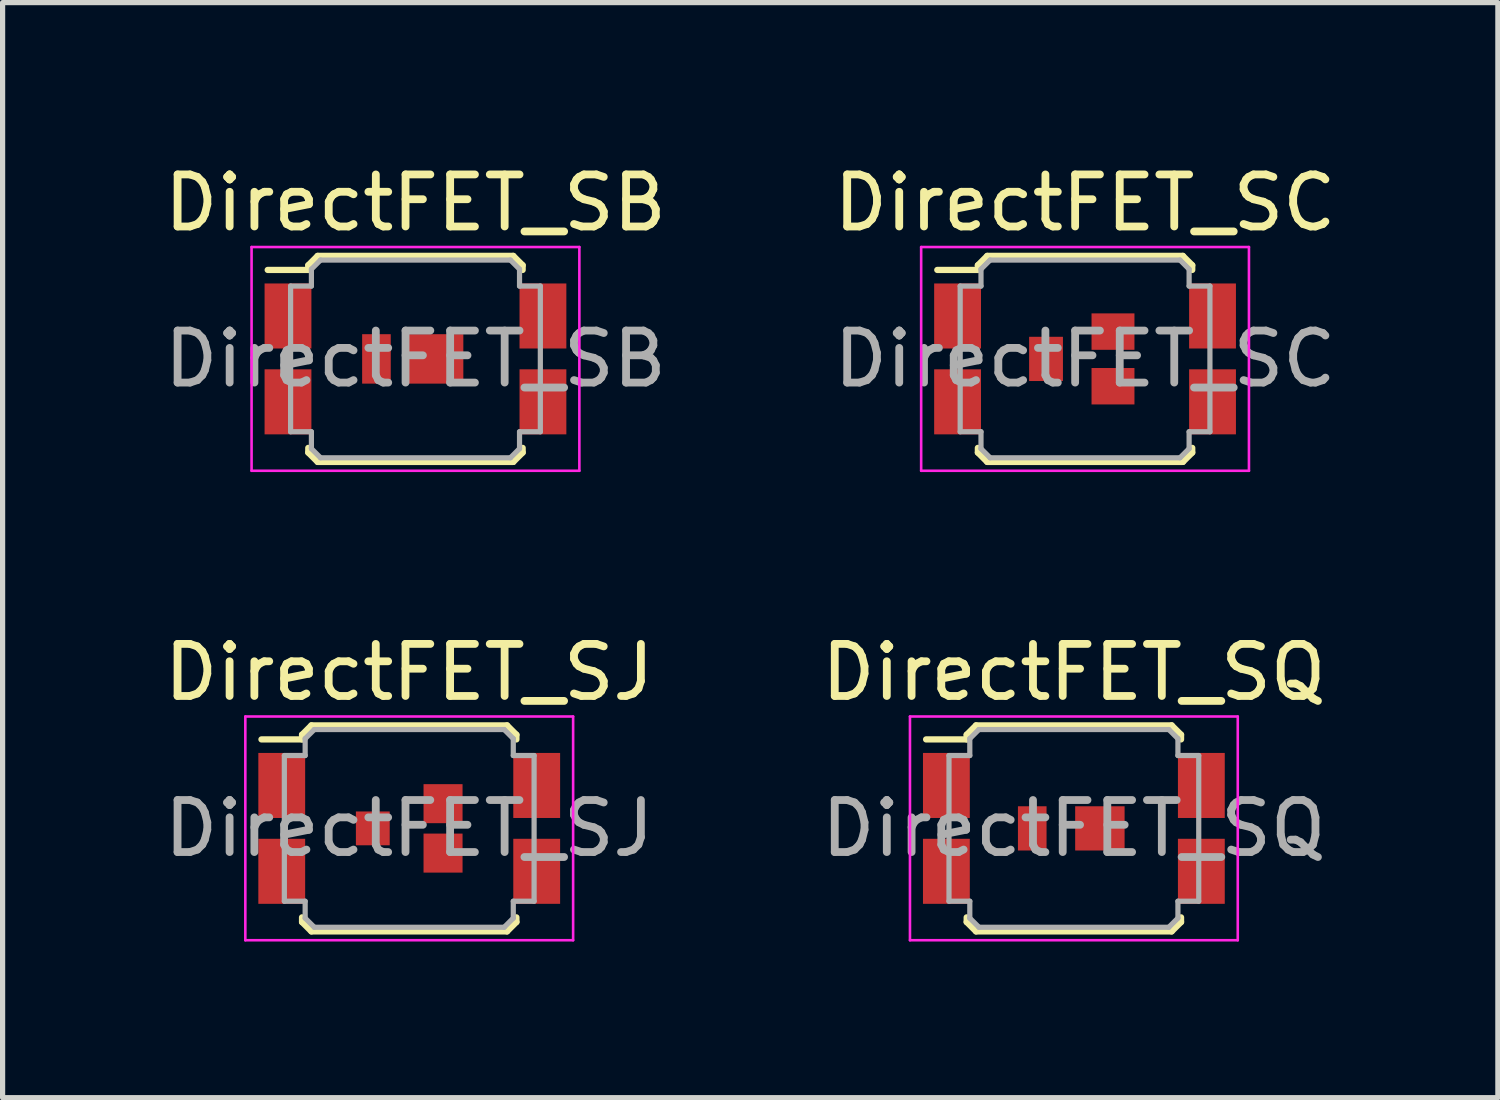
<source format=kicad_pcb>
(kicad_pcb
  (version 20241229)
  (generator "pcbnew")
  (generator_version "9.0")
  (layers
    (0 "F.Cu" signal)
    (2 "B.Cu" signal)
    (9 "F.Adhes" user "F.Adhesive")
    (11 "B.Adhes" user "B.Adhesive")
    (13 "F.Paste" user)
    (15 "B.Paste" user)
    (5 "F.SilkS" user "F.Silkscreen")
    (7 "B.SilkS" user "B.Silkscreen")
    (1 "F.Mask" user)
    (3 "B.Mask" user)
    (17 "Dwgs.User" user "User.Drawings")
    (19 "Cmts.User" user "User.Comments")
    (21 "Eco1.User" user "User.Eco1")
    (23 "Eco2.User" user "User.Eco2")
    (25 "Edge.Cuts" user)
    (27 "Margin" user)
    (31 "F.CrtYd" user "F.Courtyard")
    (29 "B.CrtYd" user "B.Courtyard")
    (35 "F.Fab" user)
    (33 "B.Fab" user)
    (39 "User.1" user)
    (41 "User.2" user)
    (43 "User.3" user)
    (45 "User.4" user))
  (footprint "DirectFET_SJ"
    (layer "F.Cu")
    (at 4.815 12.871)
    (property "Reference" "DirectFET_SJ" (at 0 -3 0) (layer "F.SilkS") (effects (font (size 1 1) (thickness 0.15))))
    (attr smd)
    (fp_line (start -2.84 -1.71) (end -2.06 -1.71) (stroke (width 0.12) (type solid)) (layer "F.SilkS"))
    (fp_line (start -2.06 -1.8) (end -1.88 -1.98) (stroke (width 0.12) (type solid)) (layer "F.SilkS"))
    (fp_line (start -2.06 -1.71) (end -2.06 -1.8) (stroke (width 0.12) (type solid)) (layer "F.SilkS"))
    (fp_line (start -2.06 1.71) (end -2.06 1.8) (stroke (width 0.12) (type solid)) (layer "F.SilkS"))
    (fp_line (start -2.06 1.8) (end -1.88 1.98) (stroke (width 0.12) (type solid)) (layer "F.SilkS"))
    (fp_line (start -1.88 -1.98) (end 1.88 -1.98) (stroke (width 0.12) (type solid)) (layer "F.SilkS"))
    (fp_line (start -1.88 1.98) (end 1.88 1.98) (stroke (width 0.12) (type solid)) (layer "F.SilkS"))
    (fp_line (start 2.06 -1.8) (end 1.88 -1.98) (stroke (width 0.12) (type solid)) (layer "F.SilkS"))
    (fp_line (start 2.06 -1.71) (end 2.06 -1.8) (stroke (width 0.12) (type solid)) (layer "F.SilkS"))
    (fp_line (start 2.06 1.71) (end 2.06 1.8) (stroke (width 0.12) (type solid)) (layer "F.SilkS"))
    (fp_line (start 2.06 1.8) (end 1.88 1.98) (stroke (width 0.12) (type solid)) (layer "F.SilkS"))
    (fp_line (start -3.15 -2.15) (end -3.15 2.15) (stroke (width 0.05) (type solid)) (layer "F.CrtYd"))
    (fp_line (start -3.15 -2.15) (end 3.15 -2.15) (stroke (width 0.05) (type solid)) (layer "F.CrtYd"))
    (fp_line (start -3.15 2.15) (end 3.15 2.15) (stroke (width 0.05) (type solid)) (layer "F.CrtYd"))
    (fp_line (start 3.15 -2.15) (end 3.15 2.15) (stroke (width 0.05) (type solid)) (layer "F.CrtYd"))
    (fp_line (start -2.4 -1.4) (end -2 -1.4) (stroke (width 0.1) (type solid)) (layer "F.Fab"))
    (fp_line (start -2.4 1.4) (end -2.4 -1.4) (stroke (width 0.1) (type solid)) (layer "F.Fab"))
    (fp_line (start -2.4 1.4) (end -2 1.4) (stroke (width 0.1) (type solid)) (layer "F.Fab"))
    (fp_line (start -2 -1.725) (end -1.825 -1.9) (stroke (width 0.1) (type solid)) (layer "F.Fab"))
    (fp_line (start -2 -1.4) (end -2 -1.725) (stroke (width 0.1) (type solid)) (layer "F.Fab"))
    (fp_line (start -2 1.4) (end -2 1.725) (stroke (width 0.1) (type solid)) (layer "F.Fab"))
    (fp_line (start -2 1.725) (end -1.825 1.9) (stroke (width 0.1) (type solid)) (layer "F.Fab"))
    (fp_line (start -1.825 -1.9) (end 1.825 -1.9) (stroke (width 0.1) (type solid)) (layer "F.Fab"))
    (fp_line (start -1.825 1.9) (end 1.825 1.9) (stroke (width 0.1) (type solid)) (layer "F.Fab"))
    (fp_line (start 1.825 -1.9) (end 2 -1.725) (stroke (width 0.1) (type solid)) (layer "F.Fab"))
    (fp_line (start 1.825 1.9) (end 2 1.725) (stroke (width 0.1) (type solid)) (layer "F.Fab"))
    (fp_line (start 2 -1.4) (end 2 -1.725) (stroke (width 0.1) (type solid)) (layer "F.Fab"))
    (fp_line (start 2 1.4) (end 2 1.725) (stroke (width 0.1) (type solid)) (layer "F.Fab"))
    (fp_line (start 2.4 -1.4) (end 2 -1.4) (stroke (width 0.1) (type solid)) (layer "F.Fab"))
    (fp_line (start 2.4 1.4) (end 2 1.4) (stroke (width 0.1) (type solid)) (layer "F.Fab"))
    (fp_line (start 2.4 1.4) (end 2.4 -1.4) (stroke (width 0.1) (type solid)) (layer "F.Fab"))
    (fp_text user "${REFERENCE}" (at 0 0 0) (layer "F.Fab") (effects (font (size 1 1) (thickness 0.15))))
    (pad "1" smd rect (at -2.45 -0.825) (size 0.9 1.25) (layers "F.Cu" "F.Mask" "F.Paste"))
    (pad "1" smd rect (at -2.45 0.825) (size 0.9 1.25) (layers "F.Cu" "F.Mask" "F.Paste"))
    (pad "1" smd rect (at 2.45 -0.825) (size 0.9 1.25) (layers "F.Cu" "F.Mask" "F.Paste"))
    (pad "1" smd rect (at 2.45 0.825) (size 0.9 1.25) (layers "F.Cu" "F.Mask" "F.Paste"))
    (pad "2" smd rect (at -0.7 0) (size 0.65 0.65) (layers "F.Cu" "F.Mask" "F.Paste"))
    (pad "3" smd rect (at 0.65 -0.475) (size 0.75 0.75) (layers "F.Cu" "F.Mask" "F.Paste"))
    (pad "3" smd rect (at 0.65 0.475) (size 0.75 0.75) (layers "F.Cu" "F.Mask" "F.Paste")))
  (footprint "DirectFET_SB"
    (layer "F.Cu")
    (at 4.935 3.848)
    (property "Reference" "DirectFET_SB" (at 0 -3 0) (layer "F.SilkS") (effects (font (size 1 1) (thickness 0.15))))
    (attr smd)
    (fp_line (start -2.84 -1.71) (end -2.06 -1.71) (stroke (width 0.12) (type solid)) (layer "F.SilkS"))
    (fp_line (start -2.06 -1.8) (end -1.88 -1.98) (stroke (width 0.12) (type solid)) (layer "F.SilkS"))
    (fp_line (start -2.06 -1.71) (end -2.06 -1.8) (stroke (width 0.12) (type solid)) (layer "F.SilkS"))
    (fp_line (start -2.06 1.71) (end -2.06 1.8) (stroke (width 0.12) (type solid)) (layer "F.SilkS"))
    (fp_line (start -2.06 1.8) (end -1.88 1.98) (stroke (width 0.12) (type solid)) (layer "F.SilkS"))
    (fp_line (start -1.88 -1.98) (end 1.88 -1.98) (stroke (width 0.12) (type solid)) (layer "F.SilkS"))
    (fp_line (start -1.88 1.98) (end 1.88 1.98) (stroke (width 0.12) (type solid)) (layer "F.SilkS"))
    (fp_line (start 2.06 -1.8) (end 1.88 -1.98) (stroke (width 0.12) (type solid)) (layer "F.SilkS"))
    (fp_line (start 2.06 -1.71) (end 2.06 -1.8) (stroke (width 0.12) (type solid)) (layer "F.SilkS"))
    (fp_line (start 2.06 1.71) (end 2.06 1.8) (stroke (width 0.12) (type solid)) (layer "F.SilkS"))
    (fp_line (start 2.06 1.8) (end 1.88 1.98) (stroke (width 0.12) (type solid)) (layer "F.SilkS"))
    (fp_line (start -3.15 -2.15) (end -3.15 2.15) (stroke (width 0.05) (type solid)) (layer "F.CrtYd"))
    (fp_line (start -3.15 -2.15) (end 3.15 -2.15) (stroke (width 0.05) (type solid)) (layer "F.CrtYd"))
    (fp_line (start -3.15 2.15) (end 3.15 2.15) (stroke (width 0.05) (type solid)) (layer "F.CrtYd"))
    (fp_line (start 3.15 -2.15) (end 3.15 2.15) (stroke (width 0.05) (type solid)) (layer "F.CrtYd"))
    (fp_line (start -2.4 -1.4) (end -2 -1.4) (stroke (width 0.1) (type solid)) (layer "F.Fab"))
    (fp_line (start -2.4 1.4) (end -2.4 -1.4) (stroke (width 0.1) (type solid)) (layer "F.Fab"))
    (fp_line (start -2.4 1.4) (end -2 1.4) (stroke (width 0.1) (type solid)) (layer "F.Fab"))
    (fp_line (start -2 -1.725) (end -1.825 -1.9) (stroke (width 0.1) (type solid)) (layer "F.Fab"))
    (fp_line (start -2 -1.4) (end -2 -1.725) (stroke (width 0.1) (type solid)) (layer "F.Fab"))
    (fp_line (start -2 1.4) (end -2 1.725) (stroke (width 0.1) (type solid)) (layer "F.Fab"))
    (fp_line (start -2 1.725) (end -1.825 1.9) (stroke (width 0.1) (type solid)) (layer "F.Fab"))
    (fp_line (start -1.825 -1.9) (end 1.825 -1.9) (stroke (width 0.1) (type solid)) (layer "F.Fab"))
    (fp_line (start -1.825 1.9) (end 1.825 1.9) (stroke (width 0.1) (type solid)) (layer "F.Fab"))
    (fp_line (start 1.825 -1.9) (end 2 -1.725) (stroke (width 0.1) (type solid)) (layer "F.Fab"))
    (fp_line (start 1.825 1.9) (end 2 1.725) (stroke (width 0.1) (type solid)) (layer "F.Fab"))
    (fp_line (start 2 -1.4) (end 2 -1.725) (stroke (width 0.1) (type solid)) (layer "F.Fab"))
    (fp_line (start 2 1.4) (end 2 1.725) (stroke (width 0.1) (type solid)) (layer "F.Fab"))
    (fp_line (start 2.4 -1.4) (end 2 -1.4) (stroke (width 0.1) (type solid)) (layer "F.Fab"))
    (fp_line (start 2.4 1.4) (end 2 1.4) (stroke (width 0.1) (type solid)) (layer "F.Fab"))
    (fp_line (start 2.4 1.4) (end 2.4 -1.4) (stroke (width 0.1) (type solid)) (layer "F.Fab"))
    (fp_text user "${REFERENCE}" (at 0 0 0) (layer "F.Fab") (effects (font (size 1 1) (thickness 0.15))))
    (pad "1" smd rect (at -2.45 -0.825) (size 0.9 1.25) (layers "F.Cu" "F.Mask" "F.Paste"))
    (pad "1" smd rect (at -2.45 0.825) (size 0.9 1.25) (layers "F.Cu" "F.Mask" "F.Paste"))
    (pad "1" smd rect (at 2.45 -0.825) (size 0.9 1.25) (layers "F.Cu" "F.Mask" "F.Paste"))
    (pad "1" smd rect (at 2.45 0.825) (size 0.9 1.25) (layers "F.Cu" "F.Mask" "F.Paste"))
    (pad "2" smd rect (at -0.75 0) (size 0.55 0.95) (layers "F.Cu" "F.Mask" "F.Paste"))
    (pad "3" smd rect (at 0.395 0) (size 1.05 0.95) (layers "F.Cu" "F.Mask" "F.Paste")))
  (footprint "DirectFET_SC"
    (layer "F.Cu")
    (at 17.804 3.848)
    (property "Reference" "DirectFET_SC" (at 0 -3 0) (layer "F.SilkS") (effects (font (size 1 1) (thickness 0.15))))
    (attr smd)
    (fp_line (start -2.84 -1.71) (end -2.06 -1.71) (stroke (width 0.12) (type solid)) (layer "F.SilkS"))
    (fp_line (start -2.06 -1.8) (end -1.88 -1.98) (stroke (width 0.12) (type solid)) (layer "F.SilkS"))
    (fp_line (start -2.06 -1.71) (end -2.06 -1.8) (stroke (width 0.12) (type solid)) (layer "F.SilkS"))
    (fp_line (start -2.06 1.71) (end -2.06 1.8) (stroke (width 0.12) (type solid)) (layer "F.SilkS"))
    (fp_line (start -2.06 1.8) (end -1.88 1.98) (stroke (width 0.12) (type solid)) (layer "F.SilkS"))
    (fp_line (start -1.88 -1.98) (end 1.88 -1.98) (stroke (width 0.12) (type solid)) (layer "F.SilkS"))
    (fp_line (start -1.88 1.98) (end 1.88 1.98) (stroke (width 0.12) (type solid)) (layer "F.SilkS"))
    (fp_line (start 2.06 -1.8) (end 1.88 -1.98) (stroke (width 0.12) (type solid)) (layer "F.SilkS"))
    (fp_line (start 2.06 -1.71) (end 2.06 -1.8) (stroke (width 0.12) (type solid)) (layer "F.SilkS"))
    (fp_line (start 2.06 1.71) (end 2.06 1.8) (stroke (width 0.12) (type solid)) (layer "F.SilkS"))
    (fp_line (start 2.06 1.8) (end 1.88 1.98) (stroke (width 0.12) (type solid)) (layer "F.SilkS"))
    (fp_line (start -3.15 -2.15) (end -3.15 2.15) (stroke (width 0.05) (type solid)) (layer "F.CrtYd"))
    (fp_line (start -3.15 -2.15) (end 3.15 -2.15) (stroke (width 0.05) (type solid)) (layer "F.CrtYd"))
    (fp_line (start -3.15 2.15) (end 3.15 2.15) (stroke (width 0.05) (type solid)) (layer "F.CrtYd"))
    (fp_line (start 3.15 -2.15) (end 3.15 2.15) (stroke (width 0.05) (type solid)) (layer "F.CrtYd"))
    (fp_line (start -2.4 -1.4) (end -2 -1.4) (stroke (width 0.1) (type solid)) (layer "F.Fab"))
    (fp_line (start -2.4 1.4) (end -2.4 -1.4) (stroke (width 0.1) (type solid)) (layer "F.Fab"))
    (fp_line (start -2.4 1.4) (end -2 1.4) (stroke (width 0.1) (type solid)) (layer "F.Fab"))
    (fp_line (start -2 -1.725) (end -1.825 -1.9) (stroke (width 0.1) (type solid)) (layer "F.Fab"))
    (fp_line (start -2 -1.4) (end -2 -1.725) (stroke (width 0.1) (type solid)) (layer "F.Fab"))
    (fp_line (start -2 1.4) (end -2 1.725) (stroke (width 0.1) (type solid)) (layer "F.Fab"))
    (fp_line (start -2 1.725) (end -1.825 1.9) (stroke (width 0.1) (type solid)) (layer "F.Fab"))
    (fp_line (start -1.825 -1.9) (end 1.825 -1.9) (stroke (width 0.1) (type solid)) (layer "F.Fab"))
    (fp_line (start -1.825 1.9) (end 1.825 1.9) (stroke (width 0.1) (type solid)) (layer "F.Fab"))
    (fp_line (start 1.825 -1.9) (end 2 -1.725) (stroke (width 0.1) (type solid)) (layer "F.Fab"))
    (fp_line (start 1.825 1.9) (end 2 1.725) (stroke (width 0.1) (type solid)) (layer "F.Fab"))
    (fp_line (start 2 -1.4) (end 2 -1.725) (stroke (width 0.1) (type solid)) (layer "F.Fab"))
    (fp_line (start 2 1.4) (end 2 1.725) (stroke (width 0.1) (type solid)) (layer "F.Fab"))
    (fp_line (start 2.4 -1.4) (end 2 -1.4) (stroke (width 0.1) (type solid)) (layer "F.Fab"))
    (fp_line (start 2.4 1.4) (end 2 1.4) (stroke (width 0.1) (type solid)) (layer "F.Fab"))
    (fp_line (start 2.4 1.4) (end 2.4 -1.4) (stroke (width 0.1) (type solid)) (layer "F.Fab"))
    (fp_text user "${REFERENCE}" (at 0 0 0) (layer "F.Fab") (effects (font (size 1 1) (thickness 0.15))))
    (pad "1" smd rect (at -2.45 -0.825) (size 0.9 1.25) (layers "F.Cu" "F.Mask" "F.Paste"))
    (pad "1" smd rect (at -2.45 0.825) (size 0.9 1.25) (layers "F.Cu" "F.Mask" "F.Paste"))
    (pad "1" smd rect (at 2.45 -0.825) (size 0.9 1.25) (layers "F.Cu" "F.Mask" "F.Paste"))
    (pad "1" smd rect (at 2.45 0.825) (size 0.9 1.25) (layers "F.Cu" "F.Mask" "F.Paste"))
    (pad "2" smd rect (at -0.75 0) (size 0.65 0.85) (layers "F.Cu" "F.Mask" "F.Paste"))
    (pad "3" smd rect (at 0.537 -0.525) (size 0.825 0.7) (layers "F.Cu" "F.Mask" "F.Paste"))
    (pad "3" smd rect (at 0.537 0.525) (size 0.825 0.7) (layers "F.Cu" "F.Mask" "F.Paste")))
  (footprint "DirectFET_SQ"
    (layer "F.Cu")
    (at 17.589 12.871)
    (property "Reference" "DirectFET_SQ" (at 0 -3 0) (layer "F.SilkS") (effects (font (size 1 1) (thickness 0.15))))
    (attr smd)
    (fp_line (start -2.84 -1.71) (end -2.06 -1.71) (stroke (width 0.12) (type solid)) (layer "F.SilkS"))
    (fp_line (start -2.06 -1.8) (end -1.88 -1.98) (stroke (width 0.12) (type solid)) (layer "F.SilkS"))
    (fp_line (start -2.06 -1.71) (end -2.06 -1.8) (stroke (width 0.12) (type solid)) (layer "F.SilkS"))
    (fp_line (start -2.06 1.71) (end -2.06 1.8) (stroke (width 0.12) (type solid)) (layer "F.SilkS"))
    (fp_line (start -2.06 1.8) (end -1.88 1.98) (stroke (width 0.12) (type solid)) (layer "F.SilkS"))
    (fp_line (start -1.88 -1.98) (end 1.88 -1.98) (stroke (width 0.12) (type solid)) (layer "F.SilkS"))
    (fp_line (start -1.88 1.98) (end 1.88 1.98) (stroke (width 0.12) (type solid)) (layer "F.SilkS"))
    (fp_line (start 2.06 -1.8) (end 1.88 -1.98) (stroke (width 0.12) (type solid)) (layer "F.SilkS"))
    (fp_line (start 2.06 -1.71) (end 2.06 -1.8) (stroke (width 0.12) (type solid)) (layer "F.SilkS"))
    (fp_line (start 2.06 1.71) (end 2.06 1.8) (stroke (width 0.12) (type solid)) (layer "F.SilkS"))
    (fp_line (start 2.06 1.8) (end 1.88 1.98) (stroke (width 0.12) (type solid)) (layer "F.SilkS"))
    (fp_line (start -3.15 -2.15) (end -3.15 2.15) (stroke (width 0.05) (type solid)) (layer "F.CrtYd"))
    (fp_line (start -3.15 -2.15) (end 3.15 -2.15) (stroke (width 0.05) (type solid)) (layer "F.CrtYd"))
    (fp_line (start -3.15 2.15) (end 3.15 2.15) (stroke (width 0.05) (type solid)) (layer "F.CrtYd"))
    (fp_line (start 3.15 -2.15) (end 3.15 2.15) (stroke (width 0.05) (type solid)) (layer "F.CrtYd"))
    (fp_line (start -2.4 -1.4) (end -2 -1.4) (stroke (width 0.1) (type solid)) (layer "F.Fab"))
    (fp_line (start -2.4 1.4) (end -2.4 -1.4) (stroke (width 0.1) (type solid)) (layer "F.Fab"))
    (fp_line (start -2.4 1.4) (end -2 1.4) (stroke (width 0.1) (type solid)) (layer "F.Fab"))
    (fp_line (start -2 -1.725) (end -1.825 -1.9) (stroke (width 0.1) (type solid)) (layer "F.Fab"))
    (fp_line (start -2 -1.4) (end -2 -1.725) (stroke (width 0.1) (type solid)) (layer "F.Fab"))
    (fp_line (start -2 1.4) (end -2 1.725) (stroke (width 0.1) (type solid)) (layer "F.Fab"))
    (fp_line (start -2 1.725) (end -1.825 1.9) (stroke (width 0.1) (type solid)) (layer "F.Fab"))
    (fp_line (start -1.825 -1.9) (end 1.825 -1.9) (stroke (width 0.1) (type solid)) (layer "F.Fab"))
    (fp_line (start -1.825 1.9) (end 1.825 1.9) (stroke (width 0.1) (type solid)) (layer "F.Fab"))
    (fp_line (start 1.825 -1.9) (end 2 -1.725) (stroke (width 0.1) (type solid)) (layer "F.Fab"))
    (fp_line (start 1.825 1.9) (end 2 1.725) (stroke (width 0.1) (type solid)) (layer "F.Fab"))
    (fp_line (start 2 -1.4) (end 2 -1.725) (stroke (width 0.1) (type solid)) (layer "F.Fab"))
    (fp_line (start 2 1.4) (end 2 1.725) (stroke (width 0.1) (type solid)) (layer "F.Fab"))
    (fp_line (start 2.4 -1.4) (end 2 -1.4) (stroke (width 0.1) (type solid)) (layer "F.Fab"))
    (fp_line (start 2.4 1.4) (end 2 1.4) (stroke (width 0.1) (type solid)) (layer "F.Fab"))
    (fp_line (start 2.4 1.4) (end 2.4 -1.4) (stroke (width 0.1) (type solid)) (layer "F.Fab"))
    (fp_text user "${REFERENCE}" (at 0 0 0) (layer "F.Fab") (effects (font (size 1 1) (thickness 0.15))))
    (pad "1" smd rect (at -2.45 -0.825) (size 0.9 1.25) (layers "F.Cu" "F.Mask" "F.Paste"))
    (pad "1" smd rect (at -2.45 0.825) (size 0.9 1.25) (layers "F.Cu" "F.Mask" "F.Paste"))
    (pad "1" smd rect (at 2.45 -0.825) (size 0.9 1.25) (layers "F.Cu" "F.Mask" "F.Paste"))
    (pad "1" smd rect (at 2.45 0.825) (size 0.9 1.25) (layers "F.Cu" "F.Mask" "F.Paste"))
    (pad "2" smd rect (at -0.8 0) (size 0.55 0.85) (layers "F.Cu" "F.Mask" "F.Paste"))
    (pad "3" smd rect (at 0.5 0) (size 0.95 0.85) (layers "F.Cu" "F.Mask" "F.Paste")))
  (gr_rect
    (start -3 -3)
    (end 25.738 18.047)
    (stroke (width 0.1) (type default))
    (fill no)
    (layer "Edge.Cuts")))
</source>
